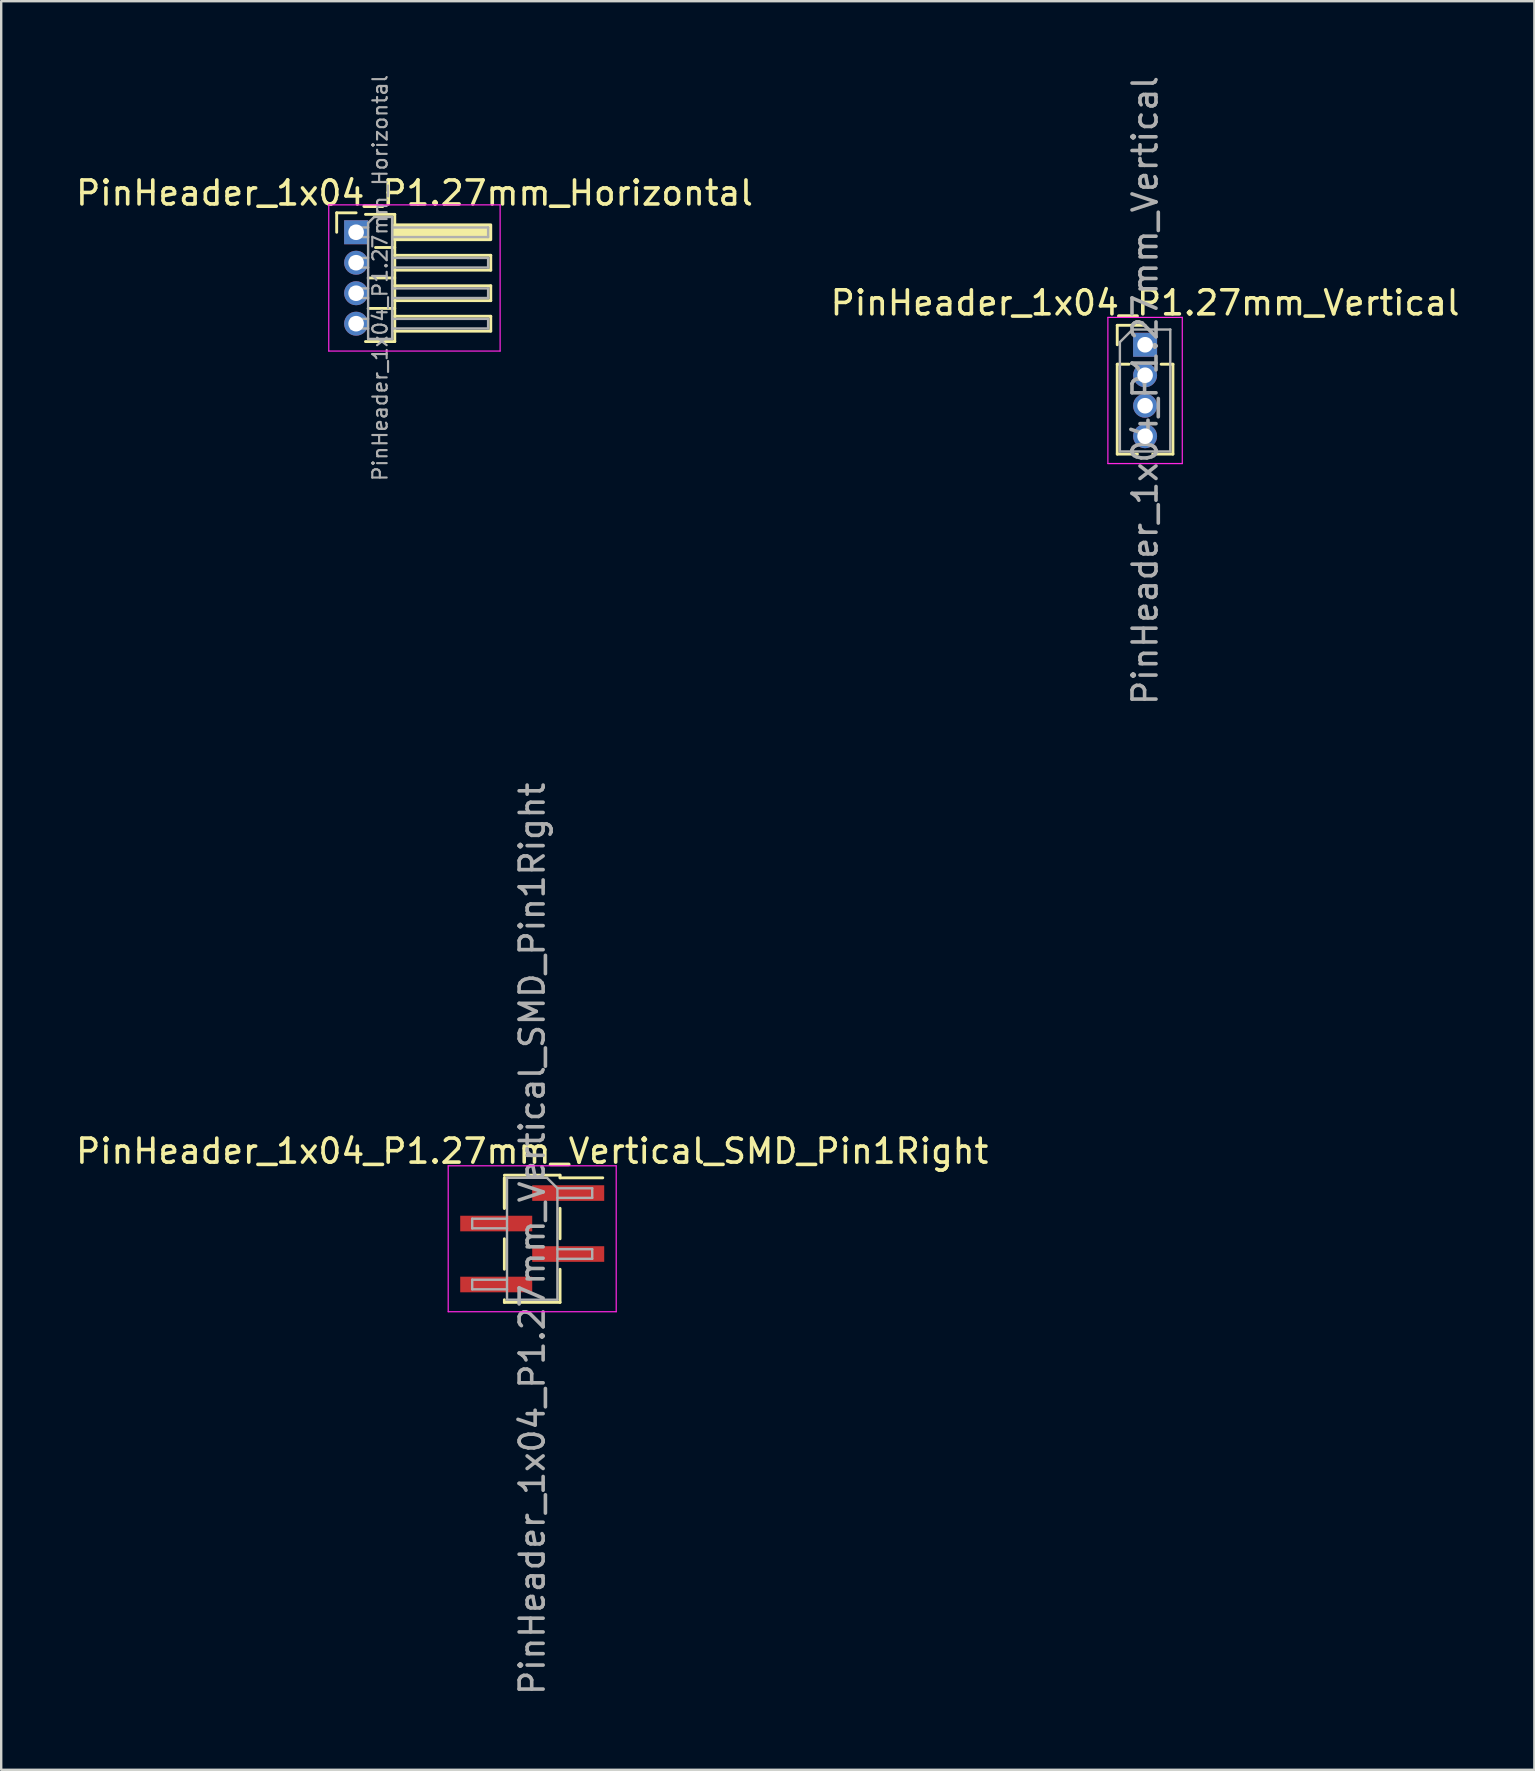
<source format=kicad_pcb>
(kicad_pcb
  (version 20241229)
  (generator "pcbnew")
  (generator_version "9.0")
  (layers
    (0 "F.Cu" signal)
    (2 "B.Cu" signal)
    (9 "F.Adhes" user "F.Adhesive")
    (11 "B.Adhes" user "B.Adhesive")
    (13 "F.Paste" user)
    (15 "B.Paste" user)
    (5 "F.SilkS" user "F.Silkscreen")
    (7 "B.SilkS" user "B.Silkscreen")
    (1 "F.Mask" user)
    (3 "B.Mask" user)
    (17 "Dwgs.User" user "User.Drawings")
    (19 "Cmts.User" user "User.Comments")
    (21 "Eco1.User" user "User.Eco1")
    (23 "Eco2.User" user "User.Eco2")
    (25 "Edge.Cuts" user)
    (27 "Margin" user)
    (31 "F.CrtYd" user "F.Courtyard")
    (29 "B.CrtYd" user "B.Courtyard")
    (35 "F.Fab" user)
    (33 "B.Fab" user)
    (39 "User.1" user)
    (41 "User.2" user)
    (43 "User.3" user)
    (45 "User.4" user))
  (footprint "PinHeader_1x04_P1.27mm_Vertical"
    (layer "F.Cu")
    (at 44.661 11.315)
    (property "Reference" "PinHeader_1x04_P1.27mm_Vertical" (at 0 -1.745 0) (layer "F.SilkS") (effects (font (size 1 1) (thickness 0.15))))
    (attr through_hole)
    (fp_line (start -1.16 -0.81) (end 0 -0.81) (stroke (width 0.12) (type solid)) (layer "F.SilkS"))
    (fp_line (start -1.16 0) (end -1.16 -0.81) (stroke (width 0.12) (type solid)) (layer "F.SilkS"))
    (fp_line (start -1.16 0.81) (end -1.16 4.555) (stroke (width 0.12) (type solid)) (layer "F.SilkS"))
    (fp_line (start -1.16 0.81) (end -0.667 0.81) (stroke (width 0.12) (type solid)) (layer "F.SilkS"))
    (fp_line (start -1.16 4.555) (end -0.318 4.555) (stroke (width 0.12) (type solid)) (layer "F.SilkS"))
    (fp_line (start 0.318 4.555) (end 1.16 4.555) (stroke (width 0.12) (type solid)) (layer "F.SilkS"))
    (fp_line (start 0.667 0.81) (end 1.16 0.81) (stroke (width 0.12) (type solid)) (layer "F.SilkS"))
    (fp_line (start 1.16 0.81) (end 1.16 4.555) (stroke (width 0.12) (type solid)) (layer "F.SilkS"))
    (fp_line (start -1.55 -1.14) (end -1.55 4.95) (stroke (width 0.05) (type solid)) (layer "F.CrtYd"))
    (fp_line (start -1.55 4.95) (end 1.55 4.95) (stroke (width 0.05) (type solid)) (layer "F.CrtYd"))
    (fp_line (start 1.55 -1.14) (end -1.55 -1.14) (stroke (width 0.05) (type solid)) (layer "F.CrtYd"))
    (fp_line (start 1.55 4.95) (end 1.55 -1.14) (stroke (width 0.05) (type solid)) (layer "F.CrtYd"))
    (fp_line (start -1.05 -0.11) (end -0.525 -0.635) (stroke (width 0.1) (type solid)) (layer "F.Fab"))
    (fp_line (start -1.05 4.445) (end -1.05 -0.11) (stroke (width 0.1) (type solid)) (layer "F.Fab"))
    (fp_line (start -0.525 -0.635) (end 1.05 -0.635) (stroke (width 0.1) (type solid)) (layer "F.Fab"))
    (fp_line (start 1.05 -0.635) (end 1.05 4.445) (stroke (width 0.1) (type solid)) (layer "F.Fab"))
    (fp_line (start 1.05 4.445) (end -1.05 4.445) (stroke (width 0.1) (type solid)) (layer "F.Fab"))
    (fp_text user "${REFERENCE}" (at 0 1.905 90) (layer "F.Fab") (effects (font (size 1 1) (thickness 0.15))))
    (pad "1" thru_hole rect (at 0 0) (size 1 1) (drill 0.65) (layers "*.Cu" "*.Mask"))
    (pad "2" thru_hole circle (at 0 1.27) (size 1 1) (drill 0.65) (layers "*.Cu" "*.Mask"))
    (pad "3" thru_hole circle (at 0 2.54) (size 1 1) (drill 0.65) (layers "*.Cu" "*.Mask"))
    (pad "4" thru_hole circle (at 0 3.81) (size 1 1) (drill 0.65) (layers "*.Cu" "*.Mask")))
  (footprint "PinHeader_1x04_P1.27mm_Horizontal"
    (layer "F.Cu")
    (at 11.788 6.627)
    (property "Reference" "PinHeader_1x04_P1.27mm_Horizontal" (at 2.433 -1.635 0) (layer "F.SilkS") (effects (font (size 1 1) (thickness 0.15))))
    (attr through_hole)
    (fp_line (start -0.81 -0.81) (end 0 -0.81) (stroke (width 0.12) (type solid)) (layer "F.SilkS"))
    (fp_line (start -0.81 0) (end -0.81 -0.81) (stroke (width 0.12) (type solid)) (layer "F.SilkS"))
    (fp_line (start 0.39 -0.745) (end 1.61 -0.745) (stroke (width 0.12) (type solid)) (layer "F.SilkS"))
    (fp_line (start 0.503 1.905) (end 1.61 1.905) (stroke (width 0.12) (type solid)) (layer "F.SilkS"))
    (fp_line (start 0.503 3.175) (end 1.61 3.175) (stroke (width 0.12) (type solid)) (layer "F.SilkS"))
    (fp_line (start 0.81 0.635) (end 1.61 0.635) (stroke (width 0.12) (type solid)) (layer "F.SilkS"))
    (fp_line (start 1.61 -0.745) (end 1.61 4.555) (stroke (width 0.12) (type solid)) (layer "F.SilkS"))
    (fp_line (start 1.61 0.96) (end 5.61 0.96) (stroke (width 0.12) (type solid)) (layer "F.SilkS"))
    (fp_line (start 1.61 2.23) (end 5.61 2.23) (stroke (width 0.12) (type solid)) (layer "F.SilkS"))
    (fp_line (start 1.61 3.5) (end 5.61 3.5) (stroke (width 0.12) (type solid)) (layer "F.SilkS"))
    (fp_line (start 1.61 4.555) (end 0.39 4.555) (stroke (width 0.12) (type solid)) (layer "F.SilkS"))
    (fp_line (start 5.61 0.96) (end 5.61 1.58) (stroke (width 0.12) (type solid)) (layer "F.SilkS"))
    (fp_line (start 5.61 1.58) (end 1.61 1.58) (stroke (width 0.12) (type solid)) (layer "F.SilkS"))
    (fp_line (start 5.61 2.23) (end 5.61 2.85) (stroke (width 0.12) (type solid)) (layer "F.SilkS"))
    (fp_line (start 5.61 2.85) (end 1.61 2.85) (stroke (width 0.12) (type solid)) (layer "F.SilkS"))
    (fp_line (start 5.61 3.5) (end 5.61 4.12) (stroke (width 0.12) (type solid)) (layer "F.SilkS"))
    (fp_line (start 5.61 4.12) (end 1.61 4.12) (stroke (width 0.12) (type solid)) (layer "F.SilkS"))
    (fp_rect (start 1.61 -0.31) (end 5.61 0.31) (stroke (width 0.12) (type solid)) (fill yes) (layer "F.SilkS"))
    (fp_line (start -1.14 -1.14) (end -1.14 4.95) (stroke (width 0.05) (type solid)) (layer "F.CrtYd"))
    (fp_line (start -1.14 4.95) (end 6 4.95) (stroke (width 0.05) (type solid)) (layer "F.CrtYd"))
    (fp_line (start 6 -1.14) (end -1.14 -1.14) (stroke (width 0.05) (type solid)) (layer "F.CrtYd"))
    (fp_line (start 6 4.95) (end 6 -1.14) (stroke (width 0.05) (type solid)) (layer "F.CrtYd"))
    (fp_line (start -0.2 -0.2) (end -0.2 0.2) (stroke (width 0.1) (type solid)) (layer "F.Fab"))
    (fp_line (start -0.2 -0.2) (end 0.5 -0.2) (stroke (width 0.1) (type solid)) (layer "F.Fab"))
    (fp_line (start -0.2 0.2) (end 0.5 0.2) (stroke (width 0.1) (type solid)) (layer "F.Fab"))
    (fp_line (start -0.2 1.07) (end -0.2 1.47) (stroke (width 0.1) (type solid)) (layer "F.Fab"))
    (fp_line (start -0.2 1.07) (end 0.5 1.07) (stroke (width 0.1) (type solid)) (layer "F.Fab"))
    (fp_line (start -0.2 1.47) (end 0.5 1.47) (stroke (width 0.1) (type solid)) (layer "F.Fab"))
    (fp_line (start -0.2 2.34) (end -0.2 2.74) (stroke (width 0.1) (type solid)) (layer "F.Fab"))
    (fp_line (start -0.2 2.34) (end 0.5 2.34) (stroke (width 0.1) (type solid)) (layer "F.Fab"))
    (fp_line (start -0.2 2.74) (end 0.5 2.74) (stroke (width 0.1) (type solid)) (layer "F.Fab"))
    (fp_line (start -0.2 3.61) (end -0.2 4.01) (stroke (width 0.1) (type solid)) (layer "F.Fab"))
    (fp_line (start -0.2 3.61) (end 0.5 3.61) (stroke (width 0.1) (type solid)) (layer "F.Fab"))
    (fp_line (start -0.2 4.01) (end 0.5 4.01) (stroke (width 0.1) (type solid)) (layer "F.Fab"))
    (fp_line (start 0.5 -0.385) (end 0.75 -0.635) (stroke (width 0.1) (type solid)) (layer "F.Fab"))
    (fp_line (start 0.5 4.445) (end 0.5 -0.385) (stroke (width 0.1) (type solid)) (layer "F.Fab"))
    (fp_line (start 0.75 -0.635) (end 1.5 -0.635) (stroke (width 0.1) (type solid)) (layer "F.Fab"))
    (fp_line (start 1.5 -0.635) (end 1.5 4.445) (stroke (width 0.1) (type solid)) (layer "F.Fab"))
    (fp_line (start 1.5 -0.2) (end 5.5 -0.2) (stroke (width 0.1) (type solid)) (layer "F.Fab"))
    (fp_line (start 1.5 0.2) (end 5.5 0.2) (stroke (width 0.1) (type solid)) (layer "F.Fab"))
    (fp_line (start 1.5 1.07) (end 5.5 1.07) (stroke (width 0.1) (type solid)) (layer "F.Fab"))
    (fp_line (start 1.5 1.47) (end 5.5 1.47) (stroke (width 0.1) (type solid)) (layer "F.Fab"))
    (fp_line (start 1.5 2.34) (end 5.5 2.34) (stroke (width 0.1) (type solid)) (layer "F.Fab"))
    (fp_line (start 1.5 2.74) (end 5.5 2.74) (stroke (width 0.1) (type solid)) (layer "F.Fab"))
    (fp_line (start 1.5 3.61) (end 5.5 3.61) (stroke (width 0.1) (type solid)) (layer "F.Fab"))
    (fp_line (start 1.5 4.01) (end 5.5 4.01) (stroke (width 0.1) (type solid)) (layer "F.Fab"))
    (fp_line (start 1.5 4.445) (end 0.5 4.445) (stroke (width 0.1) (type solid)) (layer "F.Fab"))
    (fp_line (start 5.5 -0.2) (end 5.5 0.2) (stroke (width 0.1) (type solid)) (layer "F.Fab"))
    (fp_line (start 5.5 1.07) (end 5.5 1.47) (stroke (width 0.1) (type solid)) (layer "F.Fab"))
    (fp_line (start 5.5 2.34) (end 5.5 2.74) (stroke (width 0.1) (type solid)) (layer "F.Fab"))
    (fp_line (start 5.5 3.61) (end 5.5 4.01) (stroke (width 0.1) (type solid)) (layer "F.Fab"))
    (fp_text user "${REFERENCE}" (at 1 1.905 90) (layer "F.Fab") (effects (font (size 0.6 0.6) (thickness 0.09))))
    (pad "1" thru_hole rect (at 0 0) (size 1 1) (drill 0.65) (layers "*.Cu" "*.Mask"))
    (pad "2" thru_hole circle (at 0 1.27) (size 1 1) (drill 0.65) (layers "*.Cu" "*.Mask"))
    (pad "3" thru_hole circle (at 0 2.54) (size 1 1) (drill 0.65) (layers "*.Cu" "*.Mask"))
    (pad "4" thru_hole circle (at 0 3.81) (size 1 1) (drill 0.65) (layers "*.Cu" "*.Mask")))
  (footprint "PinHeader_1x04_P1.27mm_Vertical_SMD_Pin1Right"
    (layer "F.Cu")
    (at 19.125 48.565)
    (property "Reference" "PinHeader_1x04_P1.27mm_Vertical_SMD_Pin1Right" (at 0 -3.65 0) (layer "F.SilkS") (effects (font (size 1 1) (thickness 0.15))))
    (attr smd)
    (fp_line (start -1.16 -2.65) (end 1.16 -2.65) (stroke (width 0.12) (type solid)) (layer "F.SilkS"))
    (fp_line (start -1.16 -2.54) (end -1.16 -1.27) (stroke (width 0.12) (type solid)) (layer "F.SilkS"))
    (fp_line (start -1.16 -2.54) (end -1.16 -1.27) (stroke (width 0.12) (type solid)) (layer "F.SilkS"))
    (fp_line (start -1.16 0) (end -1.16 1.27) (stroke (width 0.12) (type solid)) (layer "F.SilkS"))
    (fp_line (start -1.16 2.54) (end -1.16 2.65) (stroke (width 0.12) (type solid)) (layer "F.SilkS"))
    (fp_line (start -1.16 2.65) (end 1.16 2.65) (stroke (width 0.12) (type solid)) (layer "F.SilkS"))
    (fp_line (start 1.16 -2.65) (end 1.16 -2.54) (stroke (width 0.12) (type solid)) (layer "F.SilkS"))
    (fp_line (start 1.16 -2.54) (end 2.94 -2.54) (stroke (width 0.12) (type solid)) (layer "F.SilkS"))
    (fp_line (start 1.16 -1.27) (end 1.16 0) (stroke (width 0.12) (type solid)) (layer "F.SilkS"))
    (fp_line (start 1.16 1.27) (end 1.16 2.65) (stroke (width 0.12) (type solid)) (layer "F.SilkS"))
    (fp_line (start -3.5 -3.04) (end -3.5 3.04) (stroke (width 0.05) (type solid)) (layer "F.CrtYd"))
    (fp_line (start -3.5 3.04) (end 3.5 3.04) (stroke (width 0.05) (type solid)) (layer "F.CrtYd"))
    (fp_line (start 3.5 -3.04) (end -3.5 -3.04) (stroke (width 0.05) (type solid)) (layer "F.CrtYd"))
    (fp_line (start 3.5 3.04) (end 3.5 -3.04) (stroke (width 0.05) (type solid)) (layer "F.CrtYd"))
    (fp_line (start -2.5 -0.835) (end -2.5 -0.435) (stroke (width 0.1) (type solid)) (layer "F.Fab"))
    (fp_line (start -2.5 -0.435) (end -1.05 -0.435) (stroke (width 0.1) (type solid)) (layer "F.Fab"))
    (fp_line (start -2.5 1.705) (end -2.5 2.105) (stroke (width 0.1) (type solid)) (layer "F.Fab"))
    (fp_line (start -2.5 2.105) (end -1.05 2.105) (stroke (width 0.1) (type solid)) (layer "F.Fab"))
    (fp_line (start -1.05 -2.54) (end -1.05 2.54) (stroke (width 0.1) (type solid)) (layer "F.Fab"))
    (fp_line (start -1.05 -2.54) (end 0.615 -2.54) (stroke (width 0.1) (type solid)) (layer "F.Fab"))
    (fp_line (start -1.05 -0.835) (end -2.5 -0.835) (stroke (width 0.1) (type solid)) (layer "F.Fab"))
    (fp_line (start -1.05 1.705) (end -2.5 1.705) (stroke (width 0.1) (type solid)) (layer "F.Fab"))
    (fp_line (start 1.05 -2.105) (end 0.615 -2.54) (stroke (width 0.1) (type solid)) (layer "F.Fab"))
    (fp_line (start 1.05 -2.105) (end 2.5 -2.105) (stroke (width 0.1) (type solid)) (layer "F.Fab"))
    (fp_line (start 1.05 0.435) (end 2.5 0.435) (stroke (width 0.1) (type solid)) (layer "F.Fab"))
    (fp_line (start 1.05 2.54) (end -1.05 2.54) (stroke (width 0.1) (type solid)) (layer "F.Fab"))
    (fp_line (start 1.05 2.54) (end 1.05 -2.105) (stroke (width 0.1) (type solid)) (layer "F.Fab"))
    (fp_line (start 2.5 -2.105) (end 2.5 -1.705) (stroke (width 0.1) (type solid)) (layer "F.Fab"))
    (fp_line (start 2.5 -1.705) (end 1.05 -1.705) (stroke (width 0.1) (type solid)) (layer "F.Fab"))
    (fp_line (start 2.5 0.435) (end 2.5 0.835) (stroke (width 0.1) (type solid)) (layer "F.Fab"))
    (fp_line (start 2.5 0.835) (end 1.05 0.835) (stroke (width 0.1) (type solid)) (layer "F.Fab"))
    (fp_text user "${REFERENCE}" (at 0 0 90) (layer "F.Fab") (effects (font (size 1 1) (thickness 0.15))))
    (pad "1" smd rect (at 1.5 -1.905) (size 3 0.65) (layers "F.Cu" "F.Mask" "F.Paste"))
    (pad "2" smd rect (at -1.5 -0.635) (size 3 0.65) (layers "F.Cu" "F.Mask" "F.Paste"))
    (pad "3" smd rect (at 1.5 0.635) (size 3 0.65) (layers "F.Cu" "F.Mask" "F.Paste"))
    (pad "4" smd rect (at -1.5 1.905) (size 3 0.65) (layers "F.Cu" "F.Mask" "F.Paste")))
  (gr_rect
    (start -3 -3)
    (end 60.881 70.69)
    (stroke (width 0.1) (type default))
    (fill no)
    (layer "Edge.Cuts")))
</source>
